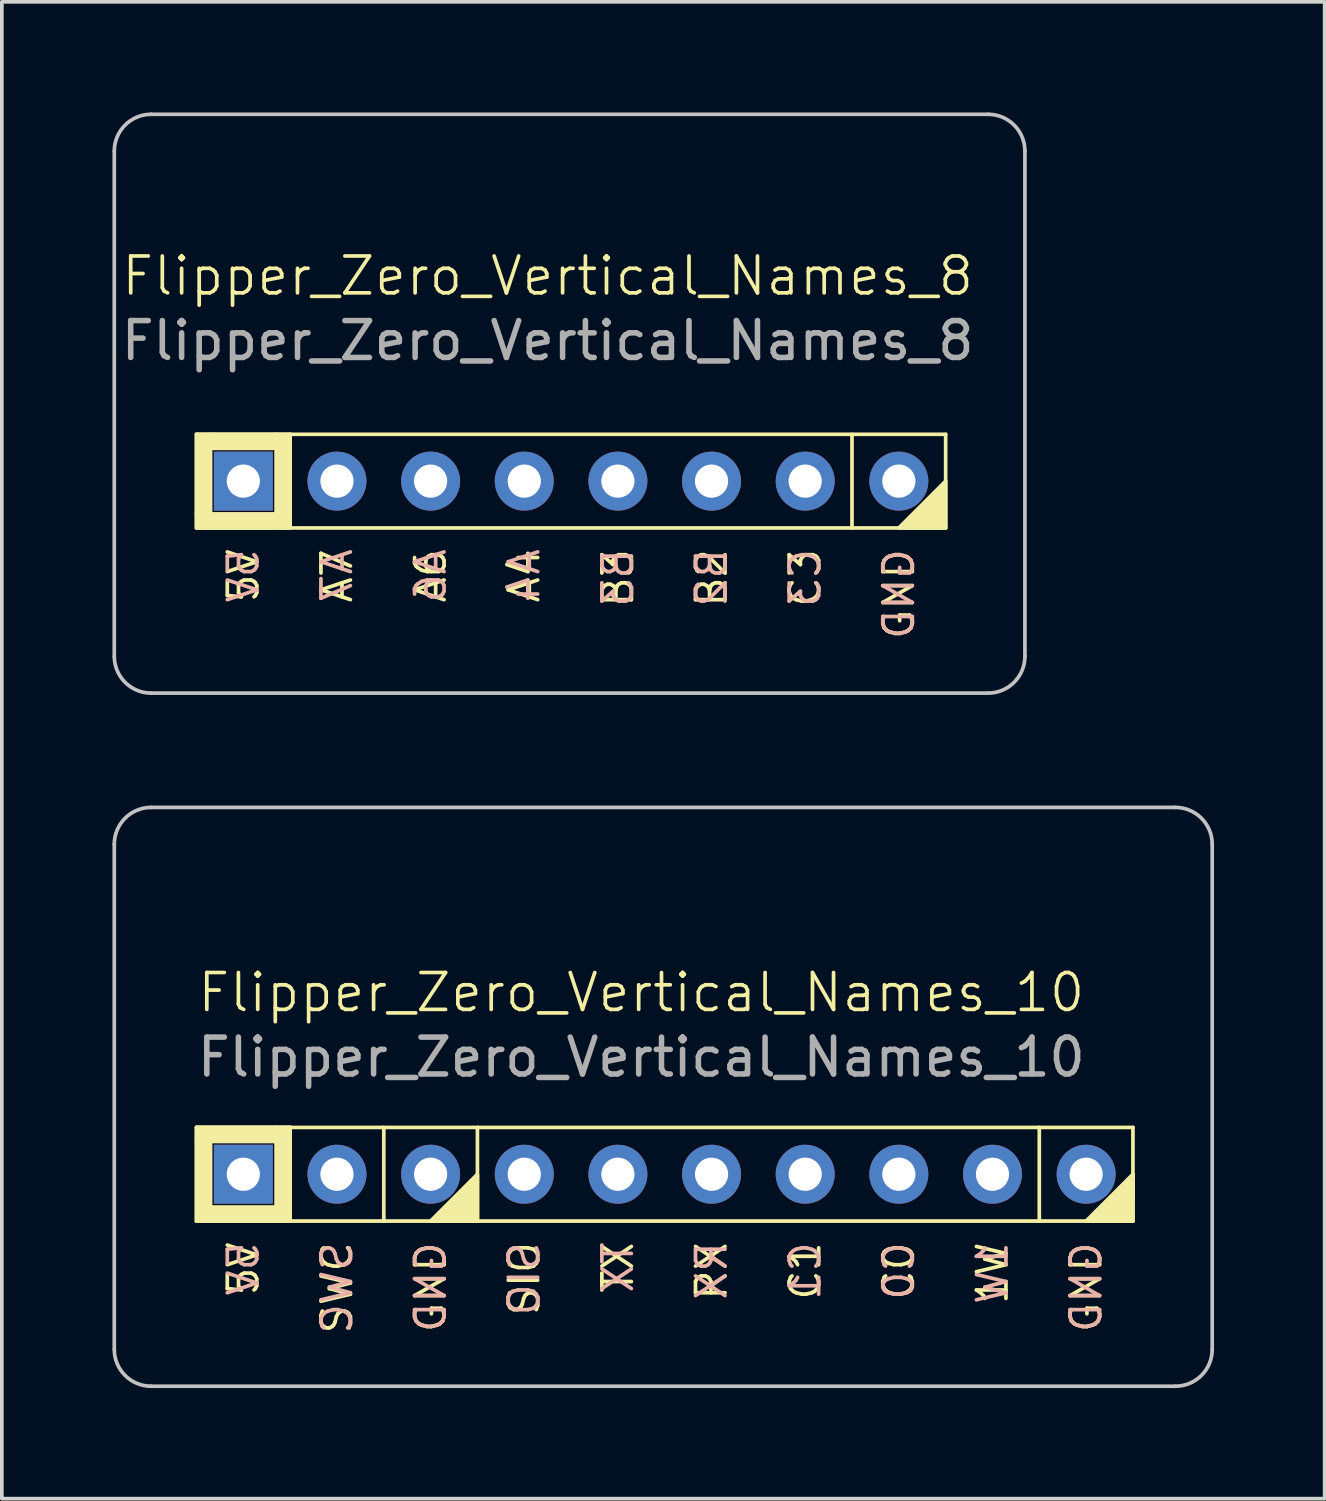
<source format=kicad_pcb>
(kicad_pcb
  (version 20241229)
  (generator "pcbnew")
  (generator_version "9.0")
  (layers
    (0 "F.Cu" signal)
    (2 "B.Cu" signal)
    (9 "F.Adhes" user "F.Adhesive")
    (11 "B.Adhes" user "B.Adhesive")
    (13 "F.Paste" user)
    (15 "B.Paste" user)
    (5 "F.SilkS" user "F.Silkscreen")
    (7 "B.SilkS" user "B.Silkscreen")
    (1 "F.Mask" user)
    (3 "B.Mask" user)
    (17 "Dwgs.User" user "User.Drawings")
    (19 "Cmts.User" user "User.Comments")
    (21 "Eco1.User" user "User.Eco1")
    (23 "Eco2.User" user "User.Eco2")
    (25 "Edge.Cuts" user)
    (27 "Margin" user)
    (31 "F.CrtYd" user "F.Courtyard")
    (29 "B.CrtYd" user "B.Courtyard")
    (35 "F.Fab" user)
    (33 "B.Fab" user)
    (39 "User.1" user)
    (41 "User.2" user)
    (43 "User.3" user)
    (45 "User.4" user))
  (footprint "Flipper_Zero_Vertical_Names_8"
    (layer "F.Cu")
    (at 3.55 10)
    (property "Reference" "Flipper_Zero_Vertical_Names_8" (at 8.255 -5.564 0) (unlocked yes) (layer "F.SilkS") (effects (font (size 1 1) (thickness 0.1))))
    (attr through_hole)
    (fp_line (start -1.27 -1.27) (end -1.27 1.27) (stroke (width 0.1) (type default)) (layer "F.SilkS"))
    (fp_line (start -1.27 1.27) (end 19.05 1.27) (stroke (width 0.1) (type default)) (layer "F.SilkS"))
    (fp_line (start 1.27 -1.27) (end 1.27 1.27) (stroke (width 0.1) (type default)) (layer "F.SilkS"))
    (fp_line (start 16.51 -1.27) (end 16.51 1.27) (stroke (width 0.1) (type default)) (layer "F.SilkS"))
    (fp_line (start 19.05 -1.27) (end -1.27 -1.27) (stroke (width 0.1) (type default)) (layer "F.SilkS"))
    (fp_line (start 19.05 1.27) (end 19.05 -1.27) (stroke (width 0.1) (type default)) (layer "F.SilkS"))
    (fp_rect (start -1.27 -1.27) (end -0.889 0.889) (stroke (width 0.1) (type solid)) (fill yes) (layer "F.SilkS"))
    (fp_rect (start -1.27 0.889) (end 0.889 1.27) (stroke (width 0.1) (type solid)) (fill yes) (layer "F.SilkS"))
    (fp_rect (start -0.889 -1.27) (end 0.889 -0.889) (stroke (width 0.1) (type solid)) (fill yes) (layer "F.SilkS"))
    (fp_rect (start 0.889 -1.27) (end 1.27 1.27) (stroke (width 0.1) (type solid)) (fill yes) (layer "F.SilkS"))
    (fp_poly (pts (xy 19.05 0) (xy 17.78 1.27) (xy 19.05 1.27)) (stroke (width 0.1) (type solid)) (fill yes) (layer "F.SilkS"))
    (fp_line (start -3.5 4.75) (end -3.5 -8.95) (stroke (width 0.1) (type default)) (layer "Dwgs.User"))
    (fp_line (start -2.5 -9.95) (end 20.2 -9.95) (stroke (width 0.1) (type default)) (layer "Dwgs.User"))
    (fp_line (start -2.5 5.75) (end 20.2 5.75) (stroke (width 0.1) (type default)) (layer "Dwgs.User"))
    (fp_line (start 21.2 4.75) (end 21.2 -8.95) (stroke (width 0.1) (type default)) (layer "Dwgs.User"))
    (fp_arc (start -3.5 -8.95) (mid -3.207106 -9.657106) (end -2.5 -9.95) (stroke (width 0.1) (type default)) (layer "Dwgs.User"))
    (fp_arc (start -2.5 5.75) (mid -3.207106 5.457107) (end -3.5 4.75) (stroke (width 0.1) (type default)) (layer "Dwgs.User"))
    (fp_arc (start 20.2 -9.95) (mid 20.907106 -9.657107) (end 21.2 -8.95) (stroke (width 0.1) (type default)) (layer "Dwgs.User"))
    (fp_arc (start 21.2 4.75) (mid 20.907107 5.457106) (end 20.2 5.75) (stroke (width 0.1) (type default)) (layer "Dwgs.User"))
    (fp_text user "5V" (at 0 1.778 90) (unlocked yes) (layer "F.SilkS") (effects (font (size 0.8 0.8) (thickness 0.1)) (justify right)))
    (fp_text user "A6" (at 5.08 1.778 90) (unlocked yes) (layer "F.SilkS") (effects (font (size 0.8 0.8) (thickness 0.1)) (justify right)))
    (fp_text user "B3" (at 10.16 1.778 90) (unlocked yes) (layer "F.SilkS") (effects (font (size 0.8 0.8) (thickness 0.1)) (justify right)))
    (fp_text user "B2" (at 12.7 1.778 90) (unlocked yes) (layer "F.SilkS") (effects (font (size 0.8 0.8) (thickness 0.1)) (justify right)))
    (fp_text user "GND" (at 17.78 1.778 90) (unlocked yes) (layer "F.SilkS") (effects (font (size 0.8 0.8) (thickness 0.1)) (justify right)))
    (fp_text user "C3" (at 15.24 1.778 90) (unlocked yes) (layer "F.SilkS") (effects (font (size 0.8 0.8) (thickness 0.1)) (justify right)))
    (fp_text user "A7" (at 2.54 1.778 90) (unlocked yes) (layer "F.SilkS") (effects (font (size 0.8 0.8) (thickness 0.1)) (justify right)))
    (fp_text user "A4" (at 7.62 1.778 90) (unlocked yes) (layer "F.SilkS") (effects (font (size 0.8 0.8) (thickness 0.1)) (justify right)))
    (fp_text user "C3" (at 15.24 1.778 90) (unlocked yes) (layer "B.SilkS") (effects (font (size 0.8 0.8) (thickness 0.1)) (justify left mirror)))
    (fp_text user "GND" (at 17.78 1.778 90) (unlocked yes) (layer "B.SilkS") (effects (font (size 0.8 0.8) (thickness 0.1)) (justify left mirror)))
    (fp_text user "A4" (at 7.62 1.778 90) (unlocked yes) (layer "B.SilkS") (effects (font (size 0.8 0.8) (thickness 0.1)) (justify left mirror)))
    (fp_text user "A6" (at 5.08 1.778 90) (unlocked yes) (layer "B.SilkS") (effects (font (size 0.8 0.8) (thickness 0.1)) (justify left mirror)))
    (fp_text user "A7" (at 2.54 1.778 90) (unlocked yes) (layer "B.SilkS") (effects (font (size 0.8 0.8) (thickness 0.1)) (justify left mirror)))
    (fp_text user "B2" (at 12.7 1.778 90) (unlocked yes) (layer "B.SilkS") (effects (font (size 0.8 0.8) (thickness 0.1)) (justify left mirror)))
    (fp_text user "B3" (at 10.16 1.778 90) (unlocked yes) (layer "B.SilkS") (effects (font (size 0.8 0.8) (thickness 0.1)) (justify left mirror)))
    (fp_text user "5V" (at 0 1.778 90) (unlocked yes) (layer "B.SilkS") (effects (font (size 0.8 0.8) (thickness 0.1)) (justify left mirror)))
    (fp_text user "${REFERENCE}" (at 8.255 -3.81 0) (unlocked yes) (layer "F.Fab") (effects (font (size 1 1) (thickness 0.15))))
    (pad "1" thru_hole rect (at 0 0) (size 1.6 1.6) (drill 0.9) (layers "*.Cu" "*.Mask"))
    (pad "2" thru_hole circle (at 2.54 0) (size 1.6 1.6) (drill 0.9) (layers "*.Cu" "*.Mask"))
    (pad "3" thru_hole circle (at 5.08 0) (size 1.6 1.6) (drill 0.9) (layers "*.Cu" "*.Mask"))
    (pad "4" thru_hole circle (at 7.62 0) (size 1.6 1.6) (drill 0.9) (layers "*.Cu" "*.Mask"))
    (pad "5" thru_hole circle (at 10.16 0) (size 1.6 1.6) (drill 0.9) (layers "*.Cu" "*.Mask"))
    (pad "6" thru_hole circle (at 12.7 0) (size 1.6 1.6) (drill 0.9) (layers "*.Cu" "*.Mask"))
    (pad "7" thru_hole circle (at 15.24 0) (size 1.6 1.6) (drill 0.9) (layers "*.Cu" "*.Mask"))
    (pad "8" thru_hole circle (at 17.78 0) (size 1.6 1.6) (drill 0.9) (layers "*.Cu" "*.Mask")))
  (footprint "Flipper_Zero_Vertical_Names_10"
    (layer "F.Cu")
    (at 3.55 28.8)
    (property "Reference" "Flipper_Zero_Vertical_Names_10" (at 10.795 -4.929 0) (unlocked yes) (layer "F.SilkS") (effects (font (size 1 1) (thickness 0.1))))
    (attr through_hole)
    (fp_line (start -1.27 -1.27) (end 1.27 -1.27) (stroke (width 0.1) (type default)) (layer "F.SilkS"))
    (fp_line (start -1.27 -1.27) (end 24.13 -1.27) (stroke (width 0.1) (type default)) (layer "F.SilkS"))
    (fp_line (start -1.27 1.27) (end -1.27 -1.27) (stroke (width 0.1) (type default)) (layer "F.SilkS"))
    (fp_line (start 1.27 -1.27) (end 1.27 1.27) (stroke (width 0.1) (type default)) (layer "F.SilkS"))
    (fp_line (start 3.81 -1.27) (end 3.81 1.27) (stroke (width 0.1) (type default)) (layer "F.SilkS"))
    (fp_line (start 6.35 -1.27) (end 6.35 1.27) (stroke (width 0.1) (type default)) (layer "F.SilkS"))
    (fp_line (start 21.59 -1.27) (end 21.59 1.27) (stroke (width 0.1) (type default)) (layer "F.SilkS"))
    (fp_line (start 24.13 -1.27) (end 24.13 1.27) (stroke (width 0.1) (type default)) (layer "F.SilkS"))
    (fp_line (start 24.13 0) (end 24.13 0.635) (stroke (width 0.1) (type default)) (layer "F.SilkS"))
    (fp_line (start 24.13 1.27) (end -1.27 1.27) (stroke (width 0.1) (type default)) (layer "F.SilkS"))
    (fp_rect (start -1.27 -1.27) (end 0.889 -0.889) (stroke (width 0.1) (type solid)) (fill yes) (layer "F.SilkS"))
    (fp_rect (start -1.27 -0.889) (end -0.889 1.27) (stroke (width 0.1) (type solid)) (fill yes) (layer "F.SilkS"))
    (fp_rect (start -0.889 0.889) (end 0.889 1.27) (stroke (width 0.1) (type solid)) (fill yes) (layer "F.SilkS"))
    (fp_rect (start 0.889 -1.27) (end 1.27 1.27) (stroke (width 0.1) (type solid)) (fill yes) (layer "F.SilkS"))
    (fp_poly (pts (xy 6.35 0) (xy 5.08 1.27) (xy 6.35 1.27)) (stroke (width 0.1) (type solid)) (fill yes) (layer "F.SilkS"))
    (fp_poly (pts (xy 22.86 1.27) (xy 24.13 0) (xy 24.13 1.27)) (stroke (width 0.1) (type solid)) (fill yes) (layer "F.SilkS"))
    (fp_line (start -3.5 4.75) (end -3.5 -8.95) (stroke (width 0.1) (type default)) (layer "Dwgs.User"))
    (fp_line (start -2.5 -9.95) (end 25.28 -9.95) (stroke (width 0.1) (type default)) (layer "Dwgs.User"))
    (fp_line (start -2.5 5.75) (end 25.28 5.75) (stroke (width 0.1) (type default)) (layer "Dwgs.User"))
    (fp_line (start 26.28 4.75) (end 26.28 -8.95) (stroke (width 0.1) (type default)) (layer "Dwgs.User"))
    (fp_arc (start -3.5 -8.95) (mid -3.207106 -9.657106) (end -2.5 -9.95) (stroke (width 0.1) (type default)) (layer "Dwgs.User"))
    (fp_arc (start -2.5 5.75) (mid -3.207106 5.457107) (end -3.5 4.75) (stroke (width 0.1) (type default)) (layer "Dwgs.User"))
    (fp_arc (start 25.28 -9.95) (mid 25.987107 -9.657107) (end 26.28 -8.95) (stroke (width 0.1) (type default)) (layer "Dwgs.User"))
    (fp_arc (start 26.28 4.75) (mid 25.987107 5.457107) (end 25.28 5.75) (stroke (width 0.1) (type default)) (layer "Dwgs.User"))
    (fp_text user "1W" (at 20.32 1.778 90) (unlocked yes) (layer "F.SilkS") (effects (font (size 0.8 0.8) (thickness 0.1)) (justify right)))
    (fp_text user "GND" (at 22.86 1.778 90) (unlocked yes) (layer "F.SilkS") (effects (font (size 0.8 0.8) (thickness 0.1)) (justify right)))
    (fp_text user "C0" (at 17.78 1.778 90) (unlocked yes) (layer "F.SilkS") (effects (font (size 0.8 0.8) (thickness 0.1)) (justify right)))
    (fp_text user "C1" (at 15.24 1.778 90) (unlocked yes) (layer "F.SilkS") (effects (font (size 0.8 0.8) (thickness 0.1)) (justify right)))
    (fp_text user "RX" (at 12.7 1.778 90) (unlocked yes) (layer "F.SilkS") (effects (font (size 0.8 0.8) (thickness 0.1)) (justify right)))
    (fp_text user "TX" (at 10.16 1.778 90) (unlocked yes) (layer "F.SilkS") (effects (font (size 0.8 0.8) (thickness 0.1)) (justify right)))
    (fp_text user "SWC" (at 2.54 1.778 90) (unlocked yes) (layer "F.SilkS") (effects (font (size 0.8 0.8) (thickness 0.1)) (justify right)))
    (fp_text user "GND" (at 5.08 1.778 90) (unlocked yes) (layer "F.SilkS") (effects (font (size 0.8 0.8) (thickness 0.1)) (justify right)))
    (fp_text user "5V" (at 0 1.778 90) (unlocked yes) (layer "F.SilkS") (effects (font (size 0.8 0.8) (thickness 0.1)) (justify right)))
    (fp_text user "SIO" (at 7.62 1.778 90) (unlocked yes) (layer "F.SilkS") (effects (font (size 0.8 0.8) (thickness 0.1)) (justify right)))
    (fp_text user "RX" (at 12.7 1.778 90) (unlocked yes) (layer "B.SilkS") (effects (font (size 0.8 0.8) (thickness 0.1)) (justify left mirror)))
    (fp_text user "GND" (at 5.08 1.778 90) (unlocked yes) (layer "B.SilkS") (effects (font (size 0.8 0.8) (thickness 0.1)) (justify left mirror)))
    (fp_text user "GND" (at 22.86 1.778 90) (unlocked yes) (layer "B.SilkS") (effects (font (size 0.8 0.8) (thickness 0.1)) (justify left mirror)))
    (fp_text user "1W" (at 20.32 1.778 90) (unlocked yes) (layer "B.SilkS") (effects (font (size 0.8 0.8) (thickness 0.1)) (justify left mirror)))
    (fp_text user "SWC" (at 2.54 1.778 90) (unlocked yes) (layer "B.SilkS") (effects (font (size 0.8 0.8) (thickness 0.1)) (justify left mirror)))
    (fp_text user "5V" (at 0 1.778 90) (unlocked yes) (layer "B.SilkS") (effects (font (size 0.8 0.8) (thickness 0.1)) (justify left mirror)))
    (fp_text user "C1" (at 15.24 1.778 90) (unlocked yes) (layer "B.SilkS") (effects (font (size 0.8 0.8) (thickness 0.1)) (justify left mirror)))
    (fp_text user "TX" (at 10.16 1.778 90) (unlocked yes) (layer "B.SilkS") (effects (font (size 0.8 0.8) (thickness 0.1)) (justify left mirror)))
    (fp_text user "C0" (at 17.78 1.778 90) (unlocked yes) (layer "B.SilkS") (effects (font (size 0.8 0.8) (thickness 0.1)) (justify left mirror)))
    (fp_text user "SIO" (at 7.62 1.778 90) (unlocked yes) (layer "B.SilkS") (effects (font (size 0.8 0.8) (thickness 0.1)) (justify left mirror)))
    (fp_text user "${REFERENCE}" (at 10.795 -3.175 0) (unlocked yes) (layer "F.Fab") (effects (font (size 1 1) (thickness 0.15))))
    (pad "9" thru_hole rect (at 0 0) (size 1.6 1.6) (drill 0.9) (layers "*.Cu" "*.Mask"))
    (pad "10" thru_hole circle (at 2.54 0) (size 1.6 1.6) (drill 0.9) (layers "*.Cu" "*.Mask"))
    (pad "11" thru_hole circle (at 5.08 0) (size 1.6 1.6) (drill 0.9) (layers "*.Cu" "*.Mask"))
    (pad "12" thru_hole circle (at 7.62 0) (size 1.6 1.6) (drill 0.9) (layers "*.Cu" "*.Mask"))
    (pad "13" thru_hole circle (at 10.16 0) (size 1.6 1.6) (drill 0.9) (layers "*.Cu" "*.Mask"))
    (pad "14" thru_hole circle (at 12.7 0) (size 1.6 1.6) (drill 0.9) (layers "*.Cu" "*.Mask"))
    (pad "15" thru_hole circle (at 15.24 0) (size 1.6 1.6) (drill 0.9) (layers "*.Cu" "*.Mask"))
    (pad "16" thru_hole circle (at 17.78 0) (size 1.6 1.6) (drill 0.9) (layers "*.Cu" "*.Mask"))
    (pad "17" thru_hole circle (at 20.32 0) (size 1.6 1.6) (drill 0.9) (layers "*.Cu" "*.Mask"))
    (pad "18" thru_hole circle (at 22.86 0) (size 1.6 1.6) (drill 0.9) (layers "*.Cu" "*.Mask")))
  (gr_rect
    (start -3 -3)
    (end 32.88 37.6)
    (stroke (width 0.1) (type default))
    (fill no)
    (layer "Edge.Cuts")))
</source>
